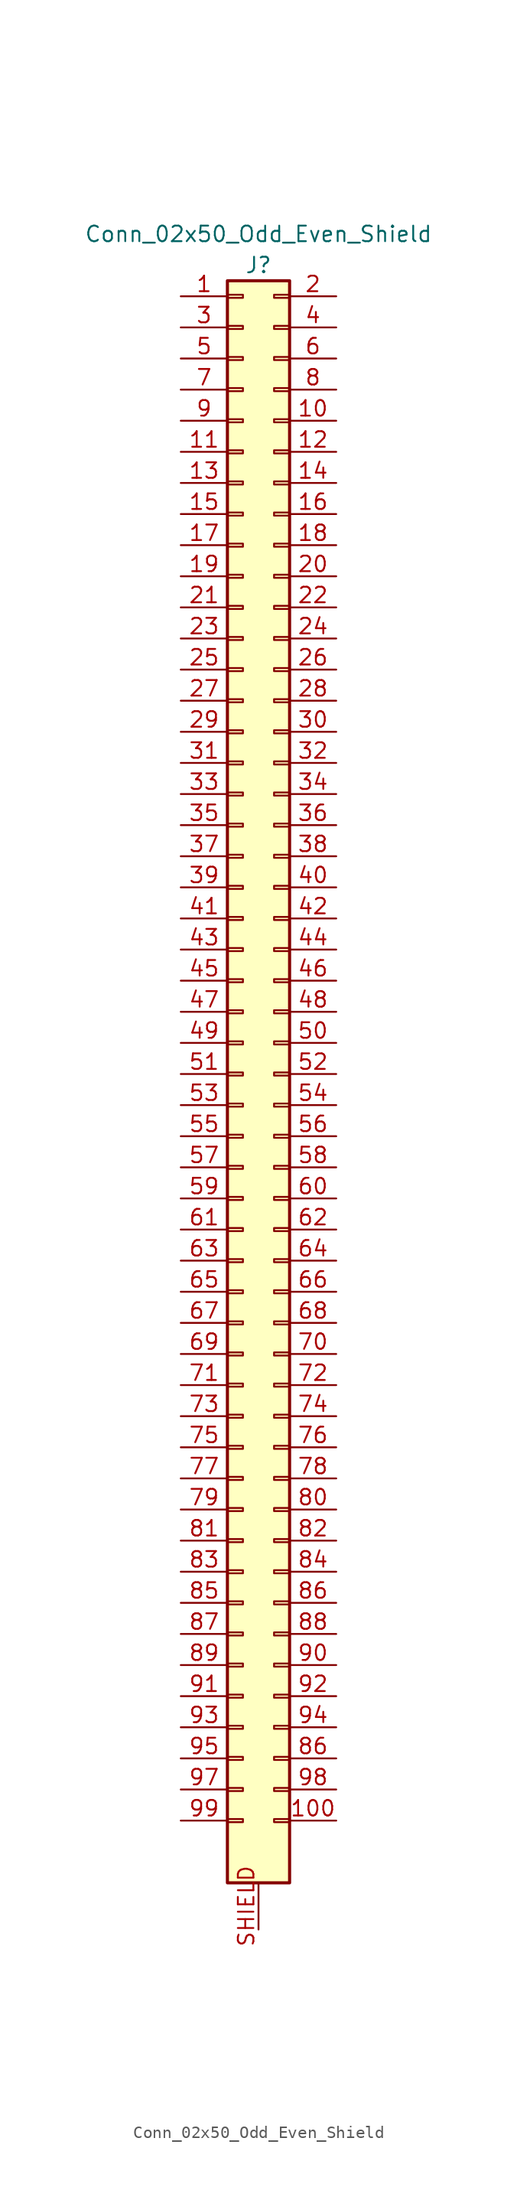
<source format=kicad_sym>
(kicad_symbol_lib
  (version 20241209)
  (generator "kicad_symbol_editor")
  (generator_version "9.0")
  (symbol "Conn_02x50_Odd_Even_Shield"
    (pin_names
      (offset 1.016)
      (hide yes))
    (property "Reference" "J"
      (at 0 63.5 0)
      (effects (font (size 1.27 1.27))))
    (property "Value" "Conn_02x50_Odd_Even_Shield"
      (at 0 66.04 0)
      (effects (font (size 1.27 1.27))))
    (symbol "Conn_02x50_Odd_Even_Shield_1_1"
      (rectangle (start -2.54 62.23) (end 2.54 -68.58) (stroke (width 0.254) (type default)) (fill (type background)))
      (rectangle (start -2.54 61.087) (end -1.27 60.833) (stroke (width 0.152) (type default)) (fill (type none)))
      (rectangle (start -2.54 58.547) (end -1.27 58.293) (stroke (width 0.152) (type default)) (fill (type none)))
      (rectangle (start -2.54 56.007) (end -1.27 55.753) (stroke (width 0.152) (type default)) (fill (type none)))
      (rectangle (start -2.54 53.467) (end -1.27 53.213) (stroke (width 0.152) (type default)) (fill (type none)))
      (rectangle (start -2.54 50.927) (end -1.27 50.673) (stroke (width 0.152) (type default)) (fill (type none)))
      (rectangle (start -2.54 48.387) (end -1.27 48.133) (stroke (width 0.152) (type default)) (fill (type none)))
      (rectangle (start -2.54 45.847) (end -1.27 45.593) (stroke (width 0.152) (type default)) (fill (type none)))
      (rectangle (start -2.54 43.307) (end -1.27 43.053) (stroke (width 0.152) (type default)) (fill (type none)))
      (rectangle (start -2.54 40.767) (end -1.27 40.513) (stroke (width 0.152) (type default)) (fill (type none)))
      (rectangle (start -2.54 38.227) (end -1.27 37.973) (stroke (width 0.152) (type default)) (fill (type none)))
      (rectangle (start -2.54 35.687) (end -1.27 35.433) (stroke (width 0.152) (type default)) (fill (type none)))
      (rectangle (start -2.54 33.147) (end -1.27 32.893) (stroke (width 0.152) (type default)) (fill (type none)))
      (rectangle (start -2.54 30.607) (end -1.27 30.353) (stroke (width 0.152) (type default)) (fill (type none)))
      (rectangle (start -2.54 28.067) (end -1.27 27.813) (stroke (width 0.152) (type default)) (fill (type none)))
      (rectangle (start -2.54 25.527) (end -1.27 25.273) (stroke (width 0.152) (type default)) (fill (type none)))
      (rectangle (start -2.54 22.987) (end -1.27 22.733) (stroke (width 0.152) (type default)) (fill (type none)))
      (rectangle (start -2.54 20.447) (end -1.27 20.193) (stroke (width 0.152) (type default)) (fill (type none)))
      (rectangle (start -2.54 17.907) (end -1.27 17.653) (stroke (width 0.152) (type default)) (fill (type none)))
      (rectangle (start -2.54 15.367) (end -1.27 15.113) (stroke (width 0.152) (type default)) (fill (type none)))
      (rectangle (start -2.54 12.827) (end -1.27 12.573) (stroke (width 0.152) (type default)) (fill (type none)))
      (rectangle (start -2.54 10.287) (end -1.27 10.033) (stroke (width 0.152) (type default)) (fill (type none)))
      (rectangle (start -2.54 7.747) (end -1.27 7.493) (stroke (width 0.152) (type default)) (fill (type none)))
      (rectangle (start -2.54 5.207) (end -1.27 4.953) (stroke (width 0.152) (type default)) (fill (type none)))
      (rectangle (start -2.54 2.667) (end -1.27 2.413) (stroke (width 0.152) (type default)) (fill (type none)))
      (rectangle (start -2.54 0.127) (end -1.27 -0.127) (stroke (width 0.152) (type default)) (fill (type none)))
      (rectangle (start -2.54 -2.413) (end -1.27 -2.667) (stroke (width 0.152) (type default)) (fill (type none)))
      (rectangle (start -2.54 -4.953) (end -1.27 -5.207) (stroke (width 0.152) (type default)) (fill (type none)))
      (rectangle (start -2.54 -7.493) (end -1.27 -7.747) (stroke (width 0.152) (type default)) (fill (type none)))
      (rectangle (start -2.54 -10.033) (end -1.27 -10.287) (stroke (width 0.152) (type default)) (fill (type none)))
      (rectangle (start -2.54 -12.573) (end -1.27 -12.827) (stroke (width 0.152) (type default)) (fill (type none)))
      (rectangle (start -2.54 -15.113) (end -1.27 -15.367) (stroke (width 0.152) (type default)) (fill (type none)))
      (rectangle (start -2.54 -17.653) (end -1.27 -17.907) (stroke (width 0.152) (type default)) (fill (type none)))
      (rectangle (start -2.54 -20.193) (end -1.27 -20.447) (stroke (width 0.152) (type default)) (fill (type none)))
      (rectangle (start -2.54 -22.733) (end -1.27 -22.987) (stroke (width 0.152) (type default)) (fill (type none)))
      (rectangle (start -2.54 -25.273) (end -1.27 -25.527) (stroke (width 0.152) (type default)) (fill (type none)))
      (rectangle (start -2.54 -27.813) (end -1.27 -28.067) (stroke (width 0.152) (type default)) (fill (type none)))
      (rectangle (start -2.54 -30.353) (end -1.27 -30.607) (stroke (width 0.152) (type default)) (fill (type none)))
      (rectangle (start -2.54 -32.893) (end -1.27 -33.147) (stroke (width 0.152) (type default)) (fill (type none)))
      (rectangle (start -2.54 -35.433) (end -1.27 -35.687) (stroke (width 0.152) (type default)) (fill (type none)))
      (rectangle (start -2.54 -37.973) (end -1.27 -38.227) (stroke (width 0.152) (type default)) (fill (type none)))
      (rectangle (start -2.54 -40.513) (end -1.27 -40.767) (stroke (width 0.152) (type default)) (fill (type none)))
      (rectangle (start -2.54 -43.053) (end -1.27 -43.307) (stroke (width 0.152) (type default)) (fill (type none)))
      (rectangle (start -2.54 -45.593) (end -1.27 -45.847) (stroke (width 0.152) (type default)) (fill (type none)))
      (rectangle (start -2.54 -48.133) (end -1.27 -48.387) (stroke (width 0.152) (type default)) (fill (type none)))
      (rectangle (start -2.54 -50.673) (end -1.27 -50.927) (stroke (width 0.152) (type default)) (fill (type none)))
      (rectangle (start -2.54 -53.213) (end -1.27 -53.467) (stroke (width 0.152) (type default)) (fill (type none)))
      (rectangle (start -2.54 -55.753) (end -1.27 -56.007) (stroke (width 0.152) (type default)) (fill (type none)))
      (rectangle (start -2.54 -58.293) (end -1.27 -58.547) (stroke (width 0.152) (type default)) (fill (type none)))
      (rectangle (start -2.54 -60.833) (end -1.27 -61.087) (stroke (width 0.152) (type default)) (fill (type none)))
      (rectangle (start -2.54 -63.373) (end -1.27 -63.627) (stroke (width 0.152) (type default)) (fill (type none)))
      (rectangle (start 2.54 61.087) (end 1.27 60.833) (stroke (width 0.152) (type default)) (fill (type none)))
      (rectangle (start 2.54 58.547) (end 1.27 58.293) (stroke (width 0.152) (type default)) (fill (type none)))
      (rectangle (start 2.54 56.007) (end 1.27 55.753) (stroke (width 0.152) (type default)) (fill (type none)))
      (rectangle (start 2.54 53.467) (end 1.27 53.213) (stroke (width 0.152) (type default)) (fill (type none)))
      (rectangle (start 2.54 50.927) (end 1.27 50.673) (stroke (width 0.152) (type default)) (fill (type none)))
      (rectangle (start 2.54 48.387) (end 1.27 48.133) (stroke (width 0.152) (type default)) (fill (type none)))
      (rectangle (start 2.54 45.847) (end 1.27 45.593) (stroke (width 0.152) (type default)) (fill (type none)))
      (rectangle (start 2.54 43.307) (end 1.27 43.053) (stroke (width 0.152) (type default)) (fill (type none)))
      (rectangle (start 2.54 40.767) (end 1.27 40.513) (stroke (width 0.152) (type default)) (fill (type none)))
      (rectangle (start 2.54 38.227) (end 1.27 37.973) (stroke (width 0.152) (type default)) (fill (type none)))
      (rectangle (start 2.54 35.687) (end 1.27 35.433) (stroke (width 0.152) (type default)) (fill (type none)))
      (rectangle (start 2.54 33.147) (end 1.27 32.893) (stroke (width 0.152) (type default)) (fill (type none)))
      (rectangle (start 2.54 30.607) (end 1.27 30.353) (stroke (width 0.152) (type default)) (fill (type none)))
      (rectangle (start 2.54 28.067) (end 1.27 27.813) (stroke (width 0.152) (type default)) (fill (type none)))
      (rectangle (start 2.54 25.527) (end 1.27 25.273) (stroke (width 0.152) (type default)) (fill (type none)))
      (rectangle (start 2.54 22.987) (end 1.27 22.733) (stroke (width 0.152) (type default)) (fill (type none)))
      (rectangle (start 2.54 20.447) (end 1.27 20.193) (stroke (width 0.152) (type default)) (fill (type none)))
      (rectangle (start 2.54 17.907) (end 1.27 17.653) (stroke (width 0.152) (type default)) (fill (type none)))
      (rectangle (start 2.54 15.367) (end 1.27 15.113) (stroke (width 0.152) (type default)) (fill (type none)))
      (rectangle (start 2.54 12.827) (end 1.27 12.573) (stroke (width 0.152) (type default)) (fill (type none)))
      (rectangle (start 2.54 10.287) (end 1.27 10.033) (stroke (width 0.152) (type default)) (fill (type none)))
      (rectangle (start 2.54 7.747) (end 1.27 7.493) (stroke (width 0.152) (type default)) (fill (type none)))
      (rectangle (start 2.54 5.207) (end 1.27 4.953) (stroke (width 0.152) (type default)) (fill (type none)))
      (rectangle (start 2.54 2.667) (end 1.27 2.413) (stroke (width 0.152) (type default)) (fill (type none)))
      (rectangle (start 2.54 0.127) (end 1.27 -0.127) (stroke (width 0.152) (type default)) (fill (type none)))
      (rectangle (start 2.54 -2.413) (end 1.27 -2.667) (stroke (width 0.152) (type default)) (fill (type none)))
      (rectangle (start 2.54 -4.953) (end 1.27 -5.207) (stroke (width 0.152) (type default)) (fill (type none)))
      (rectangle (start 2.54 -7.493) (end 1.27 -7.747) (stroke (width 0.152) (type default)) (fill (type none)))
      (rectangle (start 2.54 -10.033) (end 1.27 -10.287) (stroke (width 0.152) (type default)) (fill (type none)))
      (rectangle (start 2.54 -12.573) (end 1.27 -12.827) (stroke (width 0.152) (type default)) (fill (type none)))
      (rectangle (start 2.54 -15.113) (end 1.27 -15.367) (stroke (width 0.152) (type default)) (fill (type none)))
      (rectangle (start 2.54 -17.653) (end 1.27 -17.907) (stroke (width 0.152) (type default)) (fill (type none)))
      (rectangle (start 2.54 -20.193) (end 1.27 -20.447) (stroke (width 0.152) (type default)) (fill (type none)))
      (rectangle (start 2.54 -22.733) (end 1.27 -22.987) (stroke (width 0.152) (type default)) (fill (type none)))
      (rectangle (start 2.54 -25.273) (end 1.27 -25.527) (stroke (width 0.152) (type default)) (fill (type none)))
      (rectangle (start 2.54 -27.813) (end 1.27 -28.067) (stroke (width 0.152) (type default)) (fill (type none)))
      (rectangle (start 2.54 -30.353) (end 1.27 -30.607) (stroke (width 0.152) (type default)) (fill (type none)))
      (rectangle (start 2.54 -32.893) (end 1.27 -33.147) (stroke (width 0.152) (type default)) (fill (type none)))
      (rectangle (start 2.54 -35.433) (end 1.27 -35.687) (stroke (width 0.152) (type default)) (fill (type none)))
      (rectangle (start 2.54 -37.973) (end 1.27 -38.227) (stroke (width 0.152) (type default)) (fill (type none)))
      (rectangle (start 2.54 -40.513) (end 1.27 -40.767) (stroke (width 0.152) (type default)) (fill (type none)))
      (rectangle (start 2.54 -43.053) (end 1.27 -43.307) (stroke (width 0.152) (type default)) (fill (type none)))
      (rectangle (start 2.54 -45.593) (end 1.27 -45.847) (stroke (width 0.152) (type default)) (fill (type none)))
      (rectangle (start 2.54 -48.133) (end 1.27 -48.387) (stroke (width 0.152) (type default)) (fill (type none)))
      (rectangle (start 2.54 -50.673) (end 1.27 -50.927) (stroke (width 0.152) (type default)) (fill (type none)))
      (rectangle (start 2.54 -53.213) (end 1.27 -53.467) (stroke (width 0.152) (type default)) (fill (type none)))
      (rectangle (start 2.54 -55.753) (end 1.27 -56.007) (stroke (width 0.152) (type default)) (fill (type none)))
      (rectangle (start 2.54 -58.293) (end 1.27 -58.547) (stroke (width 0.152) (type default)) (fill (type none)))
      (rectangle (start 2.54 -60.833) (end 1.27 -61.087) (stroke (width 0.152) (type default)) (fill (type none)))
      (rectangle (start 2.54 -63.373) (end 1.27 -63.627) (stroke (width 0.152) (type default)) (fill (type none)))
      (pin passive line (at -6.35 60.96 0) (length 3.81) (name "Pin_1" (effects (font (size 1.27 1.27)))) (number "1" (effects (font (size 1.27 1.27)))))
      (pin passive line (at -6.35 58.42 0) (length 3.81) (name "Pin_3" (effects (font (size 1.27 1.27)))) (number "3" (effects (font (size 1.27 1.27)))))
      (pin passive line (at -6.35 55.88 0) (length 3.81) (name "Pin_5" (effects (font (size 1.27 1.27)))) (number "5" (effects (font (size 1.27 1.27)))))
      (pin passive line (at -6.35 53.34 0) (length 3.81) (name "Pin_7" (effects (font (size 1.27 1.27)))) (number "7" (effects (font (size 1.27 1.27)))))
      (pin passive line (at -6.35 50.8 0) (length 3.81) (name "Pin_9" (effects (font (size 1.27 1.27)))) (number "9" (effects (font (size 1.27 1.27)))))
      (pin passive line (at -6.35 48.26 0) (length 3.81) (name "Pin_11" (effects (font (size 1.27 1.27)))) (number "11" (effects (font (size 1.27 1.27)))))
      (pin passive line (at -6.35 45.72 0) (length 3.81) (name "Pin_13" (effects (font (size 1.27 1.27)))) (number "13" (effects (font (size 1.27 1.27)))))
      (pin passive line (at -6.35 43.18 0) (length 3.81) (name "Pin_15" (effects (font (size 1.27 1.27)))) (number "15" (effects (font (size 1.27 1.27)))))
      (pin passive line (at -6.35 40.64 0) (length 3.81) (name "Pin_17" (effects (font (size 1.27 1.27)))) (number "17" (effects (font (size 1.27 1.27)))))
      (pin passive line (at -6.35 38.1 0) (length 3.81) (name "Pin_19" (effects (font (size 1.27 1.27)))) (number "19" (effects (font (size 1.27 1.27)))))
      (pin passive line (at -6.35 35.56 0) (length 3.81) (name "Pin_21" (effects (font (size 1.27 1.27)))) (number "21" (effects (font (size 1.27 1.27)))))
      (pin passive line (at -6.35 33.02 0) (length 3.81) (name "Pin_23" (effects (font (size 1.27 1.27)))) (number "23" (effects (font (size 1.27 1.27)))))
      (pin passive line (at -6.35 30.48 0) (length 3.81) (name "Pin_25" (effects (font (size 1.27 1.27)))) (number "25" (effects (font (size 1.27 1.27)))))
      (pin passive line (at -6.35 27.94 0) (length 3.81) (name "Pin_27" (effects (font (size 1.27 1.27)))) (number "27" (effects (font (size 1.27 1.27)))))
      (pin passive line (at -6.35 25.4 0) (length 3.81) (name "Pin_29" (effects (font (size 1.27 1.27)))) (number "29" (effects (font (size 1.27 1.27)))))
      (pin passive line (at -6.35 22.86 0) (length 3.81) (name "Pin_31" (effects (font (size 1.27 1.27)))) (number "31" (effects (font (size 1.27 1.27)))))
      (pin passive line (at -6.35 20.32 0) (length 3.81) (name "Pin_33" (effects (font (size 1.27 1.27)))) (number "33" (effects (font (size 1.27 1.27)))))
      (pin passive line (at -6.35 17.78 0) (length 3.81) (name "Pin_35" (effects (font (size 1.27 1.27)))) (number "35" (effects (font (size 1.27 1.27)))))
      (pin passive line (at -6.35 15.24 0) (length 3.81) (name "Pin_37" (effects (font (size 1.27 1.27)))) (number "37" (effects (font (size 1.27 1.27)))))
      (pin passive line (at -6.35 12.7 0) (length 3.81) (name "Pin_39" (effects (font (size 1.27 1.27)))) (number "39" (effects (font (size 1.27 1.27)))))
      (pin passive line (at -6.35 10.16 0) (length 3.81) (name "Pin_41" (effects (font (size 1.27 1.27)))) (number "41" (effects (font (size 1.27 1.27)))))
      (pin passive line (at -6.35 7.62 0) (length 3.81) (name "Pin_43" (effects (font (size 1.27 1.27)))) (number "43" (effects (font (size 1.27 1.27)))))
      (pin passive line (at -6.35 5.08 0) (length 3.81) (name "Pin_45" (effects (font (size 1.27 1.27)))) (number "45" (effects (font (size 1.27 1.27)))))
      (pin passive line (at -6.35 2.54 0) (length 3.81) (name "Pin_47" (effects (font (size 1.27 1.27)))) (number "47" (effects (font (size 1.27 1.27)))))
      (pin passive line (at -6.35 0 0) (length 3.81) (name "Pin_49" (effects (font (size 1.27 1.27)))) (number "49" (effects (font (size 1.27 1.27)))))
      (pin passive line (at -6.35 -2.54 0) (length 3.81) (name "Pin_51" (effects (font (size 1.27 1.27)))) (number "51" (effects (font (size 1.27 1.27)))))
      (pin passive line (at -6.35 -5.08 0) (length 3.81) (name "Pin_53" (effects (font (size 1.27 1.27)))) (number "53" (effects (font (size 1.27 1.27)))))
      (pin passive line (at -6.35 -7.62 0) (length 3.81) (name "Pin_55" (effects (font (size 1.27 1.27)))) (number "55" (effects (font (size 1.27 1.27)))))
      (pin passive line (at -6.35 -10.16 0) (length 3.81) (name "Pin_57" (effects (font (size 1.27 1.27)))) (number "57" (effects (font (size 1.27 1.27)))))
      (pin passive line (at -6.35 -12.7 0) (length 3.81) (name "Pin_59" (effects (font (size 1.27 1.27)))) (number "59" (effects (font (size 1.27 1.27)))))
      (pin passive line (at -6.35 -15.24 0) (length 3.81) (name "Pin_61" (effects (font (size 1.27 1.27)))) (number "61" (effects (font (size 1.27 1.27)))))
      (pin passive line (at -6.35 -17.78 0) (length 3.81) (name "Pin_63" (effects (font (size 1.27 1.27)))) (number "63" (effects (font (size 1.27 1.27)))))
      (pin passive line (at -6.35 -20.32 0) (length 3.81) (name "Pin_65" (effects (font (size 1.27 1.27)))) (number "65" (effects (font (size 1.27 1.27)))))
      (pin passive line (at -6.35 -22.86 0) (length 3.81) (name "Pin_67" (effects (font (size 1.27 1.27)))) (number "67" (effects (font (size 1.27 1.27)))))
      (pin passive line (at -6.35 -25.4 0) (length 3.81) (name "Pin_69" (effects (font (size 1.27 1.27)))) (number "69" (effects (font (size 1.27 1.27)))))
      (pin passive line (at -6.35 -27.94 0) (length 3.81) (name "Pin_71" (effects (font (size 1.27 1.27)))) (number "71" (effects (font (size 1.27 1.27)))))
      (pin passive line (at -6.35 -30.48 0) (length 3.81) (name "Pin_73" (effects (font (size 1.27 1.27)))) (number "73" (effects (font (size 1.27 1.27)))))
      (pin passive line (at -6.35 -33.02 0) (length 3.81) (name "Pin_75" (effects (font (size 1.27 1.27)))) (number "75" (effects (font (size 1.27 1.27)))))
      (pin passive line (at -6.35 -35.56 0) (length 3.81) (name "Pin_77" (effects (font (size 1.27 1.27)))) (number "77" (effects (font (size 1.27 1.27)))))
      (pin passive line (at -6.35 -38.1 0) (length 3.81) (name "Pin_79" (effects (font (size 1.27 1.27)))) (number "79" (effects (font (size 1.27 1.27)))))
      (pin passive line (at -6.35 -40.64 0) (length 3.81) (name "Pin_81" (effects (font (size 1.27 1.27)))) (number "81" (effects (font (size 1.27 1.27)))))
      (pin passive line (at -6.35 -43.18 0) (length 3.81) (name "Pin_83" (effects (font (size 1.27 1.27)))) (number "83" (effects (font (size 1.27 1.27)))))
      (pin passive line (at -6.35 -45.72 0) (length 3.81) (name "Pin_85" (effects (font (size 1.27 1.27)))) (number "85" (effects (font (size 1.27 1.27)))))
      (pin passive line (at -6.35 -48.26 0) (length 3.81) (name "Pin_87" (effects (font (size 1.27 1.27)))) (number "87" (effects (font (size 1.27 1.27)))))
      (pin passive line (at -6.35 -50.8 0) (length 3.81) (name "Pin_89" (effects (font (size 1.27 1.27)))) (number "89" (effects (font (size 1.27 1.27)))))
      (pin passive line (at -6.35 -53.34 0) (length 3.81) (name "Pin_91" (effects (font (size 1.27 1.27)))) (number "91" (effects (font (size 1.27 1.27)))))
      (pin passive line (at -6.35 -55.88 0) (length 3.81) (name "Pin_93" (effects (font (size 1.27 1.27)))) (number "93" (effects (font (size 1.27 1.27)))))
      (pin passive line (at -6.35 -58.42 0) (length 3.81) (name "Pin_95" (effects (font (size 1.27 1.27)))) (number "95" (effects (font (size 1.27 1.27)))))
      (pin passive line (at -6.35 -60.96 0) (length 3.81) (name "Pin_97" (effects (font (size 1.27 1.27)))) (number "97" (effects (font (size 1.27 1.27)))))
      (pin passive line (at -6.35 -63.5 0) (length 3.81) (name "Pin_99" (effects (font (size 1.27 1.27)))) (number "99" (effects (font (size 1.27 1.27)))))
      (pin power_in line (at 0 -72.39 90) (length 3.81) (name "SHIELD" (effects (font (size 1.27 1.27)))) (number "SHIELD" (effects (font (size 1.27 1.27)))))
      (pin passive line (at 6.35 60.96 180) (length 3.81) (name "Pin_2" (effects (font (size 1.27 1.27)))) (number "2" (effects (font (size 1.27 1.27)))))
      (pin passive line (at 6.35 58.42 180) (length 3.81) (name "Pin_4" (effects (font (size 1.27 1.27)))) (number "4" (effects (font (size 1.27 1.27)))))
      (pin passive line (at 6.35 55.88 180) (length 3.81) (name "Pin_6" (effects (font (size 1.27 1.27)))) (number "6" (effects (font (size 1.27 1.27)))))
      (pin passive line (at 6.35 53.34 180) (length 3.81) (name "Pin_8" (effects (font (size 1.27 1.27)))) (number "8" (effects (font (size 1.27 1.27)))))
      (pin passive line (at 6.35 50.8 180) (length 3.81) (name "Pin_10" (effects (font (size 1.27 1.27)))) (number "10" (effects (font (size 1.27 1.27)))))
      (pin passive line (at 6.35 48.26 180) (length 3.81) (name "Pin_12" (effects (font (size 1.27 1.27)))) (number "12" (effects (font (size 1.27 1.27)))))
      (pin passive line (at 6.35 45.72 180) (length 3.81) (name "Pin_14" (effects (font (size 1.27 1.27)))) (number "14" (effects (font (size 1.27 1.27)))))
      (pin passive line (at 6.35 43.18 180) (length 3.81) (name "Pin_16" (effects (font (size 1.27 1.27)))) (number "16" (effects (font (size 1.27 1.27)))))
      (pin passive line (at 6.35 40.64 180) (length 3.81) (name "Pin_18" (effects (font (size 1.27 1.27)))) (number "18" (effects (font (size 1.27 1.27)))))
      (pin passive line (at 6.35 38.1 180) (length 3.81) (name "Pin_20" (effects (font (size 1.27 1.27)))) (number "20" (effects (font (size 1.27 1.27)))))
      (pin passive line (at 6.35 35.56 180) (length 3.81) (name "Pin_22" (effects (font (size 1.27 1.27)))) (number "22" (effects (font (size 1.27 1.27)))))
      (pin passive line (at 6.35 33.02 180) (length 3.81) (name "Pin_24" (effects (font (size 1.27 1.27)))) (number "24" (effects (font (size 1.27 1.27)))))
      (pin passive line (at 6.35 30.48 180) (length 3.81) (name "Pin_26" (effects (font (size 1.27 1.27)))) (number "26" (effects (font (size 1.27 1.27)))))
      (pin passive line (at 6.35 27.94 180) (length 3.81) (name "Pin_28" (effects (font (size 1.27 1.27)))) (number "28" (effects (font (size 1.27 1.27)))))
      (pin passive line (at 6.35 25.4 180) (length 3.81) (name "Pin_30" (effects (font (size 1.27 1.27)))) (number "30" (effects (font (size 1.27 1.27)))))
      (pin passive line (at 6.35 22.86 180) (length 3.81) (name "Pin_32" (effects (font (size 1.27 1.27)))) (number "32" (effects (font (size 1.27 1.27)))))
      (pin passive line (at 6.35 20.32 180) (length 3.81) (name "Pin_34" (effects (font (size 1.27 1.27)))) (number "34" (effects (font (size 1.27 1.27)))))
      (pin passive line (at 6.35 17.78 180) (length 3.81) (name "Pin_36" (effects (font (size 1.27 1.27)))) (number "36" (effects (font (size 1.27 1.27)))))
      (pin passive line (at 6.35 15.24 180) (length 3.81) (name "Pin_38" (effects (font (size 1.27 1.27)))) (number "38" (effects (font (size 1.27 1.27)))))
      (pin passive line (at 6.35 12.7 180) (length 3.81) (name "Pin_40" (effects (font (size 1.27 1.27)))) (number "40" (effects (font (size 1.27 1.27)))))
      (pin passive line (at 6.35 10.16 180) (length 3.81) (name "Pin_42" (effects (font (size 1.27 1.27)))) (number "42" (effects (font (size 1.27 1.27)))))
      (pin passive line (at 6.35 7.62 180) (length 3.81) (name "Pin_44" (effects (font (size 1.27 1.27)))) (number "44" (effects (font (size 1.27 1.27)))))
      (pin passive line (at 6.35 5.08 180) (length 3.81) (name "Pin_46" (effects (font (size 1.27 1.27)))) (number "46" (effects (font (size 1.27 1.27)))))
      (pin passive line (at 6.35 2.54 180) (length 3.81) (name "Pin_48" (effects (font (size 1.27 1.27)))) (number "48" (effects (font (size 1.27 1.27)))))
      (pin passive line (at 6.35 0 180) (length 3.81) (name "Pin_50" (effects (font (size 1.27 1.27)))) (number "50" (effects (font (size 1.27 1.27)))))
      (pin passive line (at 6.35 -2.54 180) (length 3.81) (name "Pin_52" (effects (font (size 1.27 1.27)))) (number "52" (effects (font (size 1.27 1.27)))))
      (pin passive line (at 6.35 -5.08 180) (length 3.81) (name "Pin_54" (effects (font (size 1.27 1.27)))) (number "54" (effects (font (size 1.27 1.27)))))
      (pin passive line (at 6.35 -7.62 180) (length 3.81) (name "Pin_56" (effects (font (size 1.27 1.27)))) (number "56" (effects (font (size 1.27 1.27)))))
      (pin passive line (at 6.35 -10.16 180) (length 3.81) (name "Pin_58" (effects (font (size 1.27 1.27)))) (number "58" (effects (font (size 1.27 1.27)))))
      (pin passive line (at 6.35 -12.7 180) (length 3.81) (name "Pin_60" (effects (font (size 1.27 1.27)))) (number "60" (effects (font (size 1.27 1.27)))))
      (pin passive line (at 6.35 -15.24 180) (length 3.81) (name "Pin_62" (effects (font (size 1.27 1.27)))) (number "62" (effects (font (size 1.27 1.27)))))
      (pin passive line (at 6.35 -17.78 180) (length 3.81) (name "Pin_64" (effects (font (size 1.27 1.27)))) (number "64" (effects (font (size 1.27 1.27)))))
      (pin passive line (at 6.35 -20.32 180) (length 3.81) (name "Pin_66" (effects (font (size 1.27 1.27)))) (number "66" (effects (font (size 1.27 1.27)))))
      (pin passive line (at 6.35 -22.86 180) (length 3.81) (name "Pin_68" (effects (font (size 1.27 1.27)))) (number "68" (effects (font (size 1.27 1.27)))))
      (pin passive line (at 6.35 -25.4 180) (length 3.81) (name "Pin_70" (effects (font (size 1.27 1.27)))) (number "70" (effects (font (size 1.27 1.27)))))
      (pin passive line (at 6.35 -27.94 180) (length 3.81) (name "Pin_72" (effects (font (size 1.27 1.27)))) (number "72" (effects (font (size 1.27 1.27)))))
      (pin passive line (at 6.35 -30.48 180) (length 3.81) (name "Pin_74" (effects (font (size 1.27 1.27)))) (number "74" (effects (font (size 1.27 1.27)))))
      (pin passive line (at 6.35 -33.02 180) (length 3.81) (name "Pin_76" (effects (font (size 1.27 1.27)))) (number "76" (effects (font (size 1.27 1.27)))))
      (pin passive line (at 6.35 -35.56 180) (length 3.81) (name "Pin_78" (effects (font (size 1.27 1.27)))) (number "78" (effects (font (size 1.27 1.27)))))
      (pin passive line (at 6.35 -38.1 180) (length 3.81) (name "Pin_80" (effects (font (size 1.27 1.27)))) (number "80" (effects (font (size 1.27 1.27)))))
      (pin passive line (at 6.35 -40.64 180) (length 3.81) (name "Pin_82" (effects (font (size 1.27 1.27)))) (number "82" (effects (font (size 1.27 1.27)))))
      (pin passive line (at 6.35 -43.18 180) (length 3.81) (name "Pin_84" (effects (font (size 1.27 1.27)))) (number "84" (effects (font (size 1.27 1.27)))))
      (pin passive line (at 6.35 -45.72 180) (length 3.81) (name "Pin_86" (effects (font (size 1.27 1.27)))) (number "86" (effects (font (size 1.27 1.27)))))
      (pin passive line (at 6.35 -48.26 180) (length 3.81) (name "Pin_88" (effects (font (size 1.27 1.27)))) (number "88" (effects (font (size 1.27 1.27)))))
      (pin passive line (at 6.35 -50.8 180) (length 3.81) (name "Pin_90" (effects (font (size 1.27 1.27)))) (number "90" (effects (font (size 1.27 1.27)))))
      (pin passive line (at 6.35 -53.34 180) (length 3.81) (name "Pin_92" (effects (font (size 1.27 1.27)))) (number "92" (effects (font (size 1.27 1.27)))))
      (pin passive line (at 6.35 -55.88 180) (length 3.81) (name "Pin_94" (effects (font (size 1.27 1.27)))) (number "94" (effects (font (size 1.27 1.27)))))
      (pin passive line (at 6.35 -58.42 180) (length 3.81) (name "Pin_96" (effects (font (size 1.27 1.27)))) (number "86" (effects (font (size 1.27 1.27)))))
      (pin passive line (at 6.35 -60.96 180) (length 3.81) (name "Pin_98" (effects (font (size 1.27 1.27)))) (number "98" (effects (font (size 1.27 1.27)))))
      (pin passive line (at 6.35 -63.5 180) (length 3.81) (name "Pin_100" (effects (font (size 1.27 1.27)))) (number "100" (effects (font (size 1.27 1.27))))))))
</source>
